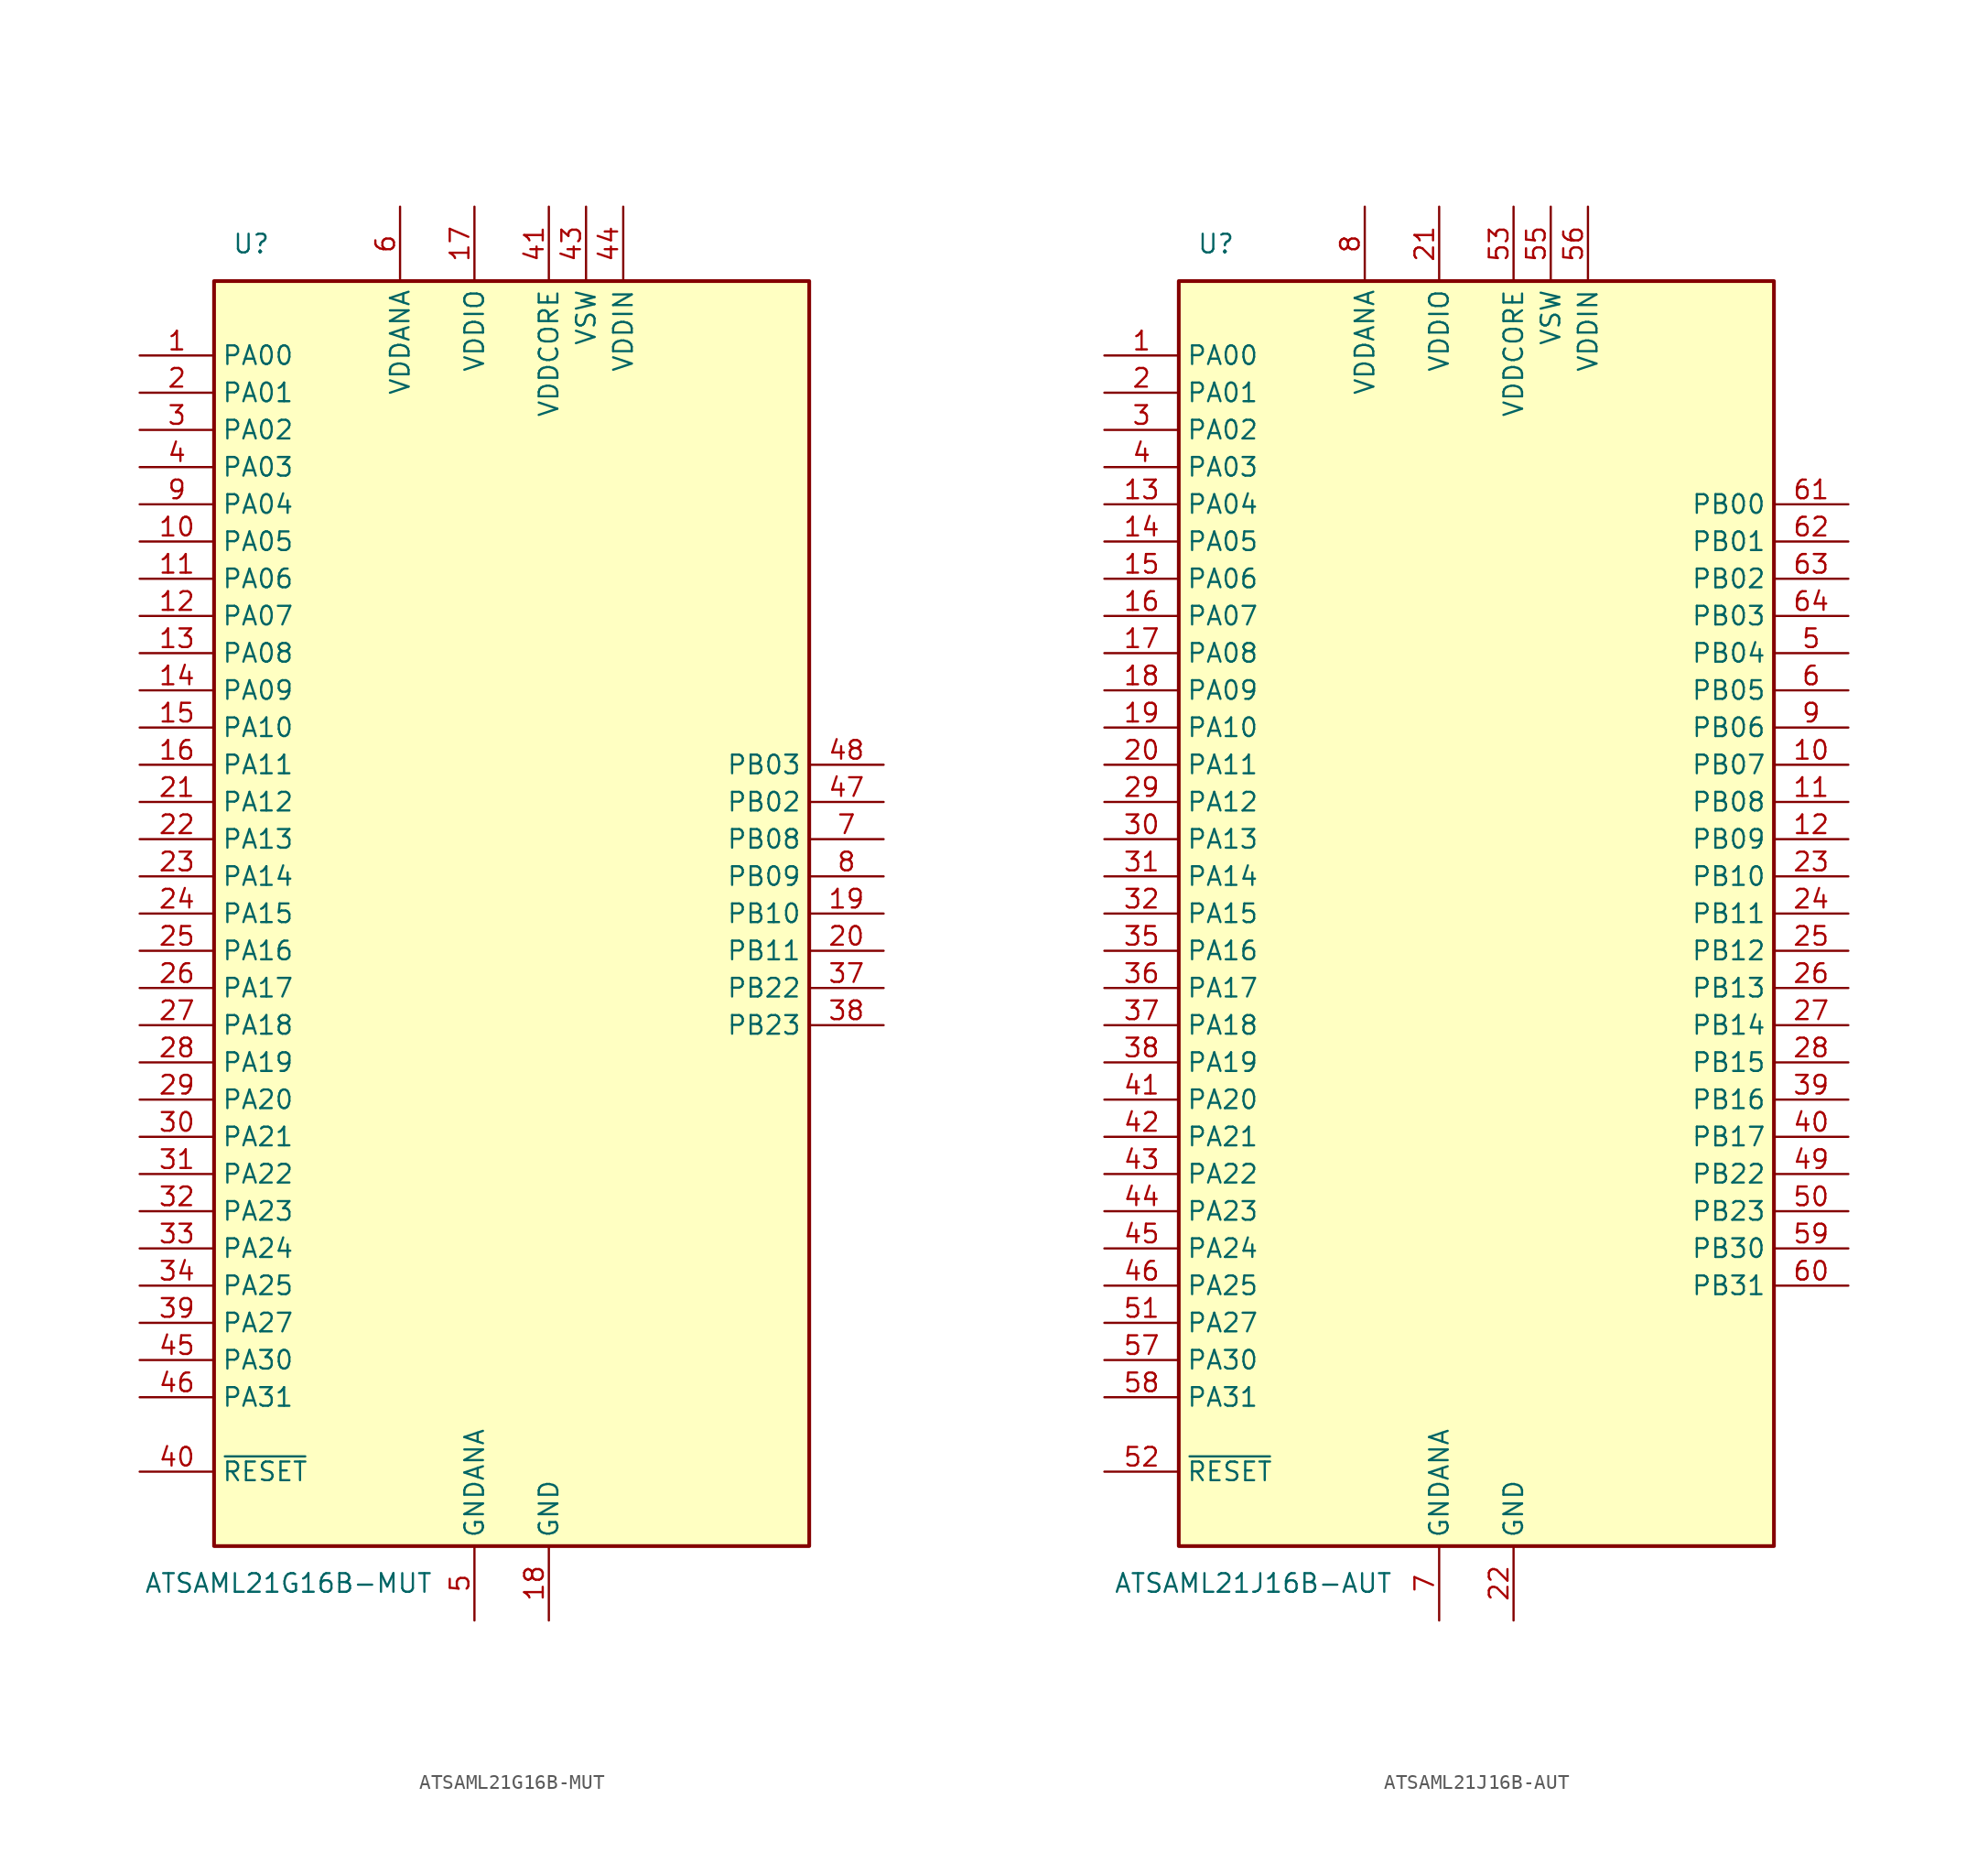
<source format=kicad_sym>
(kicad_symbol_lib
  (version 20201005)
  (generator kicad_symbol_editor)
  (symbol "MCU_Microchip_SAML:ATSAML21G16B-MUT"
    (property "Reference" "U"
      (at -17.78 45.72 0)
      (effects (font (size 1.27 1.27))))
    (property "Value" "ATSAML21G16B-MUT"
      (at -15.24 -45.72 0)
      (effects (font (size 1.27 1.27))))
    (symbol "ATSAML21G16B-MUT_0_1"
      (rectangle (start -20.32 43.18) (end 20.32 -43.18) (stroke (width 0.254)) (fill (type background))))
    (symbol "ATSAML21G16B-MUT_1_1"
      (pin bidirectional line (at -25.4 38.1 0) (length 5.08) (name "PA00" (effects (font (size 1.27 1.27)))) (number "1" (effects (font (size 1.27 1.27)))))
      (pin bidirectional line (at -25.4 25.4 0) (length 5.08) (name "PA05" (effects (font (size 1.27 1.27)))) (number "10" (effects (font (size 1.27 1.27)))))
      (pin bidirectional line (at -25.4 22.86 0) (length 5.08) (name "PA06" (effects (font (size 1.27 1.27)))) (number "11" (effects (font (size 1.27 1.27)))))
      (pin bidirectional line (at -25.4 20.32 0) (length 5.08) (name "PA07" (effects (font (size 1.27 1.27)))) (number "12" (effects (font (size 1.27 1.27)))))
      (pin bidirectional line (at -25.4 17.78 0) (length 5.08) (name "PA08" (effects (font (size 1.27 1.27)))) (number "13" (effects (font (size 1.27 1.27)))))
      (pin bidirectional line (at -25.4 15.24 0) (length 5.08) (name "PA09" (effects (font (size 1.27 1.27)))) (number "14" (effects (font (size 1.27 1.27)))))
      (pin bidirectional line (at -25.4 12.7 0) (length 5.08) (name "PA10" (effects (font (size 1.27 1.27)))) (number "15" (effects (font (size 1.27 1.27)))))
      (pin bidirectional line (at -25.4 10.16 0) (length 5.08) (name "PA11" (effects (font (size 1.27 1.27)))) (number "16" (effects (font (size 1.27 1.27)))))
      (pin power_in line (at -2.54 48.26 270) (length 5.08) (name "VDDIO" (effects (font (size 1.27 1.27)))) (number "17" (effects (font (size 1.27 1.27)))))
      (pin power_in line (at 2.54 -48.26 90) (length 5.08) (name "GND" (effects (font (size 1.27 1.27)))) (number "18" (effects (font (size 1.27 1.27)))))
      (pin bidirectional line (at 25.4 0 180) (length 5.08) (name "PB10" (effects (font (size 1.27 1.27)))) (number "19" (effects (font (size 1.27 1.27)))))
      (pin bidirectional line (at -25.4 35.56 0) (length 5.08) (name "PA01" (effects (font (size 1.27 1.27)))) (number "2" (effects (font (size 1.27 1.27)))))
      (pin bidirectional line (at 25.4 -2.54 180) (length 5.08) (name "PB11" (effects (font (size 1.27 1.27)))) (number "20" (effects (font (size 1.27 1.27)))))
      (pin bidirectional line (at -25.4 7.62 0) (length 5.08) (name "PA12" (effects (font (size 1.27 1.27)))) (number "21" (effects (font (size 1.27 1.27)))))
      (pin bidirectional line (at -25.4 5.08 0) (length 5.08) (name "PA13" (effects (font (size 1.27 1.27)))) (number "22" (effects (font (size 1.27 1.27)))))
      (pin bidirectional line (at -25.4 2.54 0) (length 5.08) (name "PA14" (effects (font (size 1.27 1.27)))) (number "23" (effects (font (size 1.27 1.27)))))
      (pin bidirectional line (at -25.4 0 0) (length 5.08) (name "PA15" (effects (font (size 1.27 1.27)))) (number "24" (effects (font (size 1.27 1.27)))))
      (pin bidirectional line (at -25.4 -2.54 0) (length 5.08) (name "PA16" (effects (font (size 1.27 1.27)))) (number "25" (effects (font (size 1.27 1.27)))))
      (pin bidirectional line (at -25.4 -5.08 0) (length 5.08) (name "PA17" (effects (font (size 1.27 1.27)))) (number "26" (effects (font (size 1.27 1.27)))))
      (pin bidirectional line (at -25.4 -7.62 0) (length 5.08) (name "PA18" (effects (font (size 1.27 1.27)))) (number "27" (effects (font (size 1.27 1.27)))))
      (pin bidirectional line (at -25.4 -10.16 0) (length 5.08) (name "PA19" (effects (font (size 1.27 1.27)))) (number "28" (effects (font (size 1.27 1.27)))))
      (pin bidirectional line (at -25.4 -12.7 0) (length 5.08) (name "PA20" (effects (font (size 1.27 1.27)))) (number "29" (effects (font (size 1.27 1.27)))))
      (pin bidirectional line (at -25.4 33.02 0) (length 5.08) (name "PA02" (effects (font (size 1.27 1.27)))) (number "3" (effects (font (size 1.27 1.27)))))
      (pin bidirectional line (at -25.4 -15.24 0) (length 5.08) (name "PA21" (effects (font (size 1.27 1.27)))) (number "30" (effects (font (size 1.27 1.27)))))
      (pin bidirectional line (at -25.4 -17.78 0) (length 5.08) (name "PA22" (effects (font (size 1.27 1.27)))) (number "31" (effects (font (size 1.27 1.27)))))
      (pin bidirectional line (at -25.4 -20.32 0) (length 5.08) (name "PA23" (effects (font (size 1.27 1.27)))) (number "32" (effects (font (size 1.27 1.27)))))
      (pin bidirectional line (at -25.4 -22.86 0) (length 5.08) (name "PA24" (effects (font (size 1.27 1.27)))) (number "33" (effects (font (size 1.27 1.27)))))
      (pin bidirectional line (at -25.4 -25.4 0) (length 5.08) (name "PA25" (effects (font (size 1.27 1.27)))) (number "34" (effects (font (size 1.27 1.27)))))
      (pin passive line (at 2.54 -48.26 90) (length 5.08) hide (name "GND" (effects (font (size 1.27 1.27)))) (number "35" (effects (font (size 1.27 1.27)))))
      (pin passive line (at -2.54 48.26 270) (length 5.08) hide (name "VDDIO" (effects (font (size 1.27 1.27)))) (number "36" (effects (font (size 1.27 1.27)))))
      (pin bidirectional line (at 25.4 -5.08 180) (length 5.08) (name "PB22" (effects (font (size 1.27 1.27)))) (number "37" (effects (font (size 1.27 1.27)))))
      (pin bidirectional line (at 25.4 -7.62 180) (length 5.08) (name "PB23" (effects (font (size 1.27 1.27)))) (number "38" (effects (font (size 1.27 1.27)))))
      (pin bidirectional line (at -25.4 -27.94 0) (length 5.08) (name "PA27" (effects (font (size 1.27 1.27)))) (number "39" (effects (font (size 1.27 1.27)))))
      (pin bidirectional line (at -25.4 30.48 0) (length 5.08) (name "PA03" (effects (font (size 1.27 1.27)))) (number "4" (effects (font (size 1.27 1.27)))))
      (pin input line (at -25.4 -38.1 0) (length 5.08) (name "~RESET" (effects (font (size 1.27 1.27)))) (number "40" (effects (font (size 1.27 1.27)))))
      (pin power_in line (at 2.54 48.26 270) (length 5.08) (name "VDDCORE" (effects (font (size 1.27 1.27)))) (number "41" (effects (font (size 1.27 1.27)))))
      (pin passive line (at 2.54 -48.26 90) (length 5.08) hide (name "GND" (effects (font (size 1.27 1.27)))) (number "42" (effects (font (size 1.27 1.27)))))
      (pin power_out line (at 5.08 48.26 270) (length 5.08) (name "VSW" (effects (font (size 1.27 1.27)))) (number "43" (effects (font (size 1.27 1.27)))))
      (pin power_in line (at 7.62 48.26 270) (length 5.08) (name "VDDIN" (effects (font (size 1.27 1.27)))) (number "44" (effects (font (size 1.27 1.27)))))
      (pin bidirectional line (at -25.4 -30.48 0) (length 5.08) (name "PA30" (effects (font (size 1.27 1.27)))) (number "45" (effects (font (size 1.27 1.27)))))
      (pin bidirectional line (at -25.4 -33.02 0) (length 5.08) (name "PA31" (effects (font (size 1.27 1.27)))) (number "46" (effects (font (size 1.27 1.27)))))
      (pin bidirectional line (at 25.4 7.62 180) (length 5.08) (name "PB02" (effects (font (size 1.27 1.27)))) (number "47" (effects (font (size 1.27 1.27)))))
      (pin bidirectional line (at 25.4 10.16 180) (length 5.08) (name "PB03" (effects (font (size 1.27 1.27)))) (number "48" (effects (font (size 1.27 1.27)))))
      (pin power_in line (at -2.54 -48.26 90) (length 5.08) (name "GNDANA" (effects (font (size 1.27 1.27)))) (number "5" (effects (font (size 1.27 1.27)))))
      (pin power_in line (at -7.62 48.26 270) (length 5.08) (name "VDDANA" (effects (font (size 1.27 1.27)))) (number "6" (effects (font (size 1.27 1.27)))))
      (pin bidirectional line (at 25.4 5.08 180) (length 5.08) (name "PB08" (effects (font (size 1.27 1.27)))) (number "7" (effects (font (size 1.27 1.27)))))
      (pin bidirectional line (at 25.4 2.54 180) (length 5.08) (name "PB09" (effects (font (size 1.27 1.27)))) (number "8" (effects (font (size 1.27 1.27)))))
      (pin bidirectional line (at -25.4 27.94 0) (length 5.08) (name "PA04" (effects (font (size 1.27 1.27)))) (number "9" (effects (font (size 1.27 1.27)))))))
  (symbol "MCU_Microchip_SAML:ATSAML21J16B-AUT"
    (property "Reference" "U"
      (at -17.78 45.72 0)
      (effects (font (size 1.27 1.27))))
    (property "Value" "ATSAML21J16B-AUT"
      (at -15.24 -45.72 0)
      (effects (font (size 1.27 1.27))))
    (symbol "ATSAML21J16B-AUT_0_1"
      (rectangle (start -20.32 43.18) (end 20.32 -43.18) (stroke (width 0.254)) (fill (type background))))
    (symbol "ATSAML21J16B-AUT_1_1"
      (pin bidirectional line (at -25.4 38.1 0) (length 5.08) (name "PA00" (effects (font (size 1.27 1.27)))) (number "1" (effects (font (size 1.27 1.27)))))
      (pin bidirectional line (at 25.4 10.16 180) (length 5.08) (name "PB07" (effects (font (size 1.27 1.27)))) (number "10" (effects (font (size 1.27 1.27)))))
      (pin bidirectional line (at 25.4 7.62 180) (length 5.08) (name "PB08" (effects (font (size 1.27 1.27)))) (number "11" (effects (font (size 1.27 1.27)))))
      (pin bidirectional line (at 25.4 5.08 180) (length 5.08) (name "PB09" (effects (font (size 1.27 1.27)))) (number "12" (effects (font (size 1.27 1.27)))))
      (pin bidirectional line (at -25.4 27.94 0) (length 5.08) (name "PA04" (effects (font (size 1.27 1.27)))) (number "13" (effects (font (size 1.27 1.27)))))
      (pin bidirectional line (at -25.4 25.4 0) (length 5.08) (name "PA05" (effects (font (size 1.27 1.27)))) (number "14" (effects (font (size 1.27 1.27)))))
      (pin bidirectional line (at -25.4 22.86 0) (length 5.08) (name "PA06" (effects (font (size 1.27 1.27)))) (number "15" (effects (font (size 1.27 1.27)))))
      (pin bidirectional line (at -25.4 20.32 0) (length 5.08) (name "PA07" (effects (font (size 1.27 1.27)))) (number "16" (effects (font (size 1.27 1.27)))))
      (pin bidirectional line (at -25.4 17.78 0) (length 5.08) (name "PA08" (effects (font (size 1.27 1.27)))) (number "17" (effects (font (size 1.27 1.27)))))
      (pin bidirectional line (at -25.4 15.24 0) (length 5.08) (name "PA09" (effects (font (size 1.27 1.27)))) (number "18" (effects (font (size 1.27 1.27)))))
      (pin bidirectional line (at -25.4 12.7 0) (length 5.08) (name "PA10" (effects (font (size 1.27 1.27)))) (number "19" (effects (font (size 1.27 1.27)))))
      (pin bidirectional line (at -25.4 35.56 0) (length 5.08) (name "PA01" (effects (font (size 1.27 1.27)))) (number "2" (effects (font (size 1.27 1.27)))))
      (pin bidirectional line (at -25.4 10.16 0) (length 5.08) (name "PA11" (effects (font (size 1.27 1.27)))) (number "20" (effects (font (size 1.27 1.27)))))
      (pin power_in line (at -2.54 48.26 270) (length 5.08) (name "VDDIO" (effects (font (size 1.27 1.27)))) (number "21" (effects (font (size 1.27 1.27)))))
      (pin power_in line (at 2.54 -48.26 90) (length 5.08) (name "GND" (effects (font (size 1.27 1.27)))) (number "22" (effects (font (size 1.27 1.27)))))
      (pin bidirectional line (at 25.4 2.54 180) (length 5.08) (name "PB10" (effects (font (size 1.27 1.27)))) (number "23" (effects (font (size 1.27 1.27)))))
      (pin bidirectional line (at 25.4 0 180) (length 5.08) (name "PB11" (effects (font (size 1.27 1.27)))) (number "24" (effects (font (size 1.27 1.27)))))
      (pin bidirectional line (at 25.4 -2.54 180) (length 5.08) (name "PB12" (effects (font (size 1.27 1.27)))) (number "25" (effects (font (size 1.27 1.27)))))
      (pin bidirectional line (at 25.4 -5.08 180) (length 5.08) (name "PB13" (effects (font (size 1.27 1.27)))) (number "26" (effects (font (size 1.27 1.27)))))
      (pin bidirectional line (at 25.4 -7.62 180) (length 5.08) (name "PB14" (effects (font (size 1.27 1.27)))) (number "27" (effects (font (size 1.27 1.27)))))
      (pin bidirectional line (at 25.4 -10.16 180) (length 5.08) (name "PB15" (effects (font (size 1.27 1.27)))) (number "28" (effects (font (size 1.27 1.27)))))
      (pin bidirectional line (at -25.4 7.62 0) (length 5.08) (name "PA12" (effects (font (size 1.27 1.27)))) (number "29" (effects (font (size 1.27 1.27)))))
      (pin bidirectional line (at -25.4 33.02 0) (length 5.08) (name "PA02" (effects (font (size 1.27 1.27)))) (number "3" (effects (font (size 1.27 1.27)))))
      (pin bidirectional line (at -25.4 5.08 0) (length 5.08) (name "PA13" (effects (font (size 1.27 1.27)))) (number "30" (effects (font (size 1.27 1.27)))))
      (pin bidirectional line (at -25.4 2.54 0) (length 5.08) (name "PA14" (effects (font (size 1.27 1.27)))) (number "31" (effects (font (size 1.27 1.27)))))
      (pin bidirectional line (at -25.4 0 0) (length 5.08) (name "PA15" (effects (font (size 1.27 1.27)))) (number "32" (effects (font (size 1.27 1.27)))))
      (pin passive line (at 2.54 -48.26 90) (length 5.08) hide (name "GND" (effects (font (size 1.27 1.27)))) (number "33" (effects (font (size 1.27 1.27)))))
      (pin passive line (at -2.54 48.26 270) (length 5.08) hide (name "VDDIO" (effects (font (size 1.27 1.27)))) (number "34" (effects (font (size 1.27 1.27)))))
      (pin bidirectional line (at -25.4 -2.54 0) (length 5.08) (name "PA16" (effects (font (size 1.27 1.27)))) (number "35" (effects (font (size 1.27 1.27)))))
      (pin bidirectional line (at -25.4 -5.08 0) (length 5.08) (name "PA17" (effects (font (size 1.27 1.27)))) (number "36" (effects (font (size 1.27 1.27)))))
      (pin bidirectional line (at -25.4 -7.62 0) (length 5.08) (name "PA18" (effects (font (size 1.27 1.27)))) (number "37" (effects (font (size 1.27 1.27)))))
      (pin bidirectional line (at -25.4 -10.16 0) (length 5.08) (name "PA19" (effects (font (size 1.27 1.27)))) (number "38" (effects (font (size 1.27 1.27)))))
      (pin bidirectional line (at 25.4 -12.7 180) (length 5.08) (name "PB16" (effects (font (size 1.27 1.27)))) (number "39" (effects (font (size 1.27 1.27)))))
      (pin bidirectional line (at -25.4 30.48 0) (length 5.08) (name "PA03" (effects (font (size 1.27 1.27)))) (number "4" (effects (font (size 1.27 1.27)))))
      (pin bidirectional line (at 25.4 -15.24 180) (length 5.08) (name "PB17" (effects (font (size 1.27 1.27)))) (number "40" (effects (font (size 1.27 1.27)))))
      (pin bidirectional line (at -25.4 -12.7 0) (length 5.08) (name "PA20" (effects (font (size 1.27 1.27)))) (number "41" (effects (font (size 1.27 1.27)))))
      (pin bidirectional line (at -25.4 -15.24 0) (length 5.08) (name "PA21" (effects (font (size 1.27 1.27)))) (number "42" (effects (font (size 1.27 1.27)))))
      (pin bidirectional line (at -25.4 -17.78 0) (length 5.08) (name "PA22" (effects (font (size 1.27 1.27)))) (number "43" (effects (font (size 1.27 1.27)))))
      (pin bidirectional line (at -25.4 -20.32 0) (length 5.08) (name "PA23" (effects (font (size 1.27 1.27)))) (number "44" (effects (font (size 1.27 1.27)))))
      (pin bidirectional line (at -25.4 -22.86 0) (length 5.08) (name "PA24" (effects (font (size 1.27 1.27)))) (number "45" (effects (font (size 1.27 1.27)))))
      (pin bidirectional line (at -25.4 -25.4 0) (length 5.08) (name "PA25" (effects (font (size 1.27 1.27)))) (number "46" (effects (font (size 1.27 1.27)))))
      (pin passive line (at 2.54 -48.26 90) (length 5.08) hide (name "GND" (effects (font (size 1.27 1.27)))) (number "47" (effects (font (size 1.27 1.27)))))
      (pin passive line (at -2.54 48.26 270) (length 5.08) hide (name "VDDIO" (effects (font (size 1.27 1.27)))) (number "48" (effects (font (size 1.27 1.27)))))
      (pin bidirectional line (at 25.4 -17.78 180) (length 5.08) (name "PB22" (effects (font (size 1.27 1.27)))) (number "49" (effects (font (size 1.27 1.27)))))
      (pin bidirectional line (at 25.4 17.78 180) (length 5.08) (name "PB04" (effects (font (size 1.27 1.27)))) (number "5" (effects (font (size 1.27 1.27)))))
      (pin bidirectional line (at 25.4 -20.32 180) (length 5.08) (name "PB23" (effects (font (size 1.27 1.27)))) (number "50" (effects (font (size 1.27 1.27)))))
      (pin bidirectional line (at -25.4 -27.94 0) (length 5.08) (name "PA27" (effects (font (size 1.27 1.27)))) (number "51" (effects (font (size 1.27 1.27)))))
      (pin input line (at -25.4 -38.1 0) (length 5.08) (name "~RESET" (effects (font (size 1.27 1.27)))) (number "52" (effects (font (size 1.27 1.27)))))
      (pin power_in line (at 2.54 48.26 270) (length 5.08) (name "VDDCORE" (effects (font (size 1.27 1.27)))) (number "53" (effects (font (size 1.27 1.27)))))
      (pin passive line (at 2.54 -48.26 90) (length 5.08) hide (name "GND" (effects (font (size 1.27 1.27)))) (number "54" (effects (font (size 1.27 1.27)))))
      (pin power_out line (at 5.08 48.26 270) (length 5.08) (name "VSW" (effects (font (size 1.27 1.27)))) (number "55" (effects (font (size 1.27 1.27)))))
      (pin power_in line (at 7.62 48.26 270) (length 5.08) (name "VDDIN" (effects (font (size 1.27 1.27)))) (number "56" (effects (font (size 1.27 1.27)))))
      (pin bidirectional line (at -25.4 -30.48 0) (length 5.08) (name "PA30" (effects (font (size 1.27 1.27)))) (number "57" (effects (font (size 1.27 1.27)))))
      (pin bidirectional line (at -25.4 -33.02 0) (length 5.08) (name "PA31" (effects (font (size 1.27 1.27)))) (number "58" (effects (font (size 1.27 1.27)))))
      (pin bidirectional line (at 25.4 -22.86 180) (length 5.08) (name "PB30" (effects (font (size 1.27 1.27)))) (number "59" (effects (font (size 1.27 1.27)))))
      (pin bidirectional line (at 25.4 15.24 180) (length 5.08) (name "PB05" (effects (font (size 1.27 1.27)))) (number "6" (effects (font (size 1.27 1.27)))))
      (pin bidirectional line (at 25.4 -25.4 180) (length 5.08) (name "PB31" (effects (font (size 1.27 1.27)))) (number "60" (effects (font (size 1.27 1.27)))))
      (pin bidirectional line (at 25.4 27.94 180) (length 5.08) (name "PB00" (effects (font (size 1.27 1.27)))) (number "61" (effects (font (size 1.27 1.27)))))
      (pin bidirectional line (at 25.4 25.4 180) (length 5.08) (name "PB01" (effects (font (size 1.27 1.27)))) (number "62" (effects (font (size 1.27 1.27)))))
      (pin bidirectional line (at 25.4 22.86 180) (length 5.08) (name "PB02" (effects (font (size 1.27 1.27)))) (number "63" (effects (font (size 1.27 1.27)))))
      (pin bidirectional line (at 25.4 20.32 180) (length 5.08) (name "PB03" (effects (font (size 1.27 1.27)))) (number "64" (effects (font (size 1.27 1.27)))))
      (pin power_in line (at -2.54 -48.26 90) (length 5.08) (name "GNDANA" (effects (font (size 1.27 1.27)))) (number "7" (effects (font (size 1.27 1.27)))))
      (pin power_in line (at -7.62 48.26 270) (length 5.08) (name "VDDANA" (effects (font (size 1.27 1.27)))) (number "8" (effects (font (size 1.27 1.27)))))
      (pin bidirectional line (at 25.4 12.7 180) (length 5.08) (name "PB06" (effects (font (size 1.27 1.27)))) (number "9" (effects (font (size 1.27 1.27))))))))
</source>
